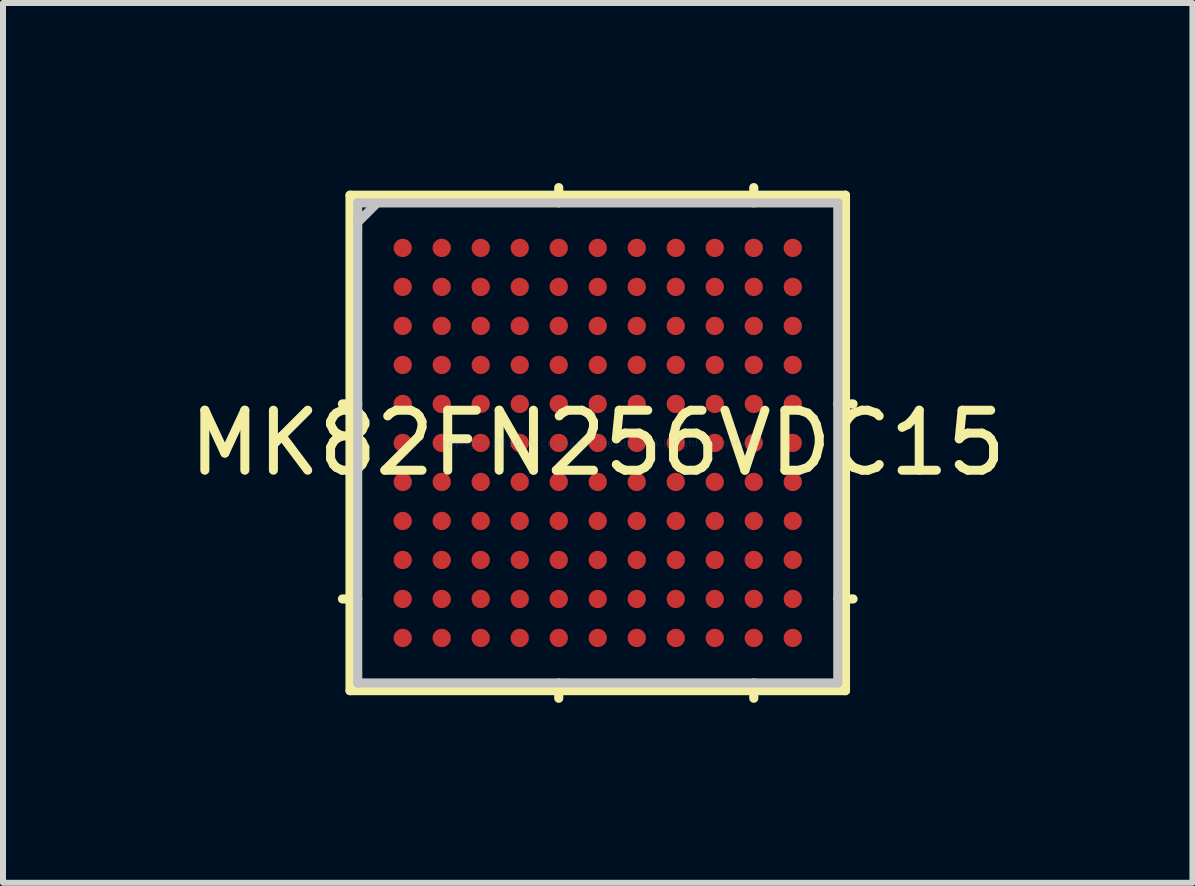
<source format=kicad_pcb>
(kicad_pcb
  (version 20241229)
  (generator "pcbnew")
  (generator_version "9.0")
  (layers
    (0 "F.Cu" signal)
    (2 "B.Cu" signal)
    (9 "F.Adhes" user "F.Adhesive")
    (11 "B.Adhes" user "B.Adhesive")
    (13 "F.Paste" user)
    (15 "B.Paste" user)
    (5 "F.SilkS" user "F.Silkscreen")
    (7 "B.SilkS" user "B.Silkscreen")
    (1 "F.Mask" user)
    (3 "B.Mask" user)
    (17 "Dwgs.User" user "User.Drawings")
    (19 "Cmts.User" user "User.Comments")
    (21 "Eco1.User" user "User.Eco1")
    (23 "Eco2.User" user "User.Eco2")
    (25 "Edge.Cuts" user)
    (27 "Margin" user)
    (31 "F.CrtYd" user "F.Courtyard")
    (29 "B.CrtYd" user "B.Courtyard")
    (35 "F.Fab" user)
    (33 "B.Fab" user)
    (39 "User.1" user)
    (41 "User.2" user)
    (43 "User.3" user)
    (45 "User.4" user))
  (footprint "MK82FN256VDC15"
    (layer "F.Cu")
    (at 6.911 4.331)
    (property "Reference" "MK82FN256VDC15" (at 0 0 0) (layer "F.SilkS") (effects (font (size 1 1) (thickness 0.15))))
    (attr through_hole)
    (fp_line (start -4.128 -4.128) (end -4.128 4.128) (stroke (width 0.152) (type solid)) (layer "F.SilkS"))
    (fp_line (start -4.128 4.128) (end 4.128 4.128) (stroke (width 0.152) (type solid)) (layer "F.SilkS"))
    (fp_line (start -4 -0.65) (end -4.255 -0.65) (stroke (width 0.152) (type solid)) (layer "F.SilkS"))
    (fp_line (start -4 2.6) (end -4.255 2.6) (stroke (width 0.152) (type solid)) (layer "F.SilkS"))
    (fp_line (start -0.65 -4) (end -0.65 -4.255) (stroke (width 0.152) (type solid)) (layer "F.SilkS"))
    (fp_line (start -0.65 4) (end -0.65 4.255) (stroke (width 0.152) (type solid)) (layer "F.SilkS"))
    (fp_line (start 2.6 -4) (end 2.6 -4.255) (stroke (width 0.152) (type solid)) (layer "F.SilkS"))
    (fp_line (start 2.6 4) (end 2.6 4.255) (stroke (width 0.152) (type solid)) (layer "F.SilkS"))
    (fp_line (start 4 -0.65) (end 4.255 -0.65) (stroke (width 0.152) (type solid)) (layer "F.SilkS"))
    (fp_line (start 4 2.6) (end 4.255 2.6) (stroke (width 0.152) (type solid)) (layer "F.SilkS"))
    (fp_line (start 4.128 -4.128) (end -4.128 -4.128) (stroke (width 0.152) (type solid)) (layer "F.SilkS"))
    (fp_line (start 4.128 4.128) (end 4.128 -4.128) (stroke (width 0.152) (type solid)) (layer "F.SilkS"))
    (fp_line (start -4 -4) (end -4 4) (stroke (width 0.152) (type solid)) (layer "Dwgs.User"))
    (fp_line (start -4 4) (end 4 4) (stroke (width 0.152) (type solid)) (layer "Dwgs.User"))
    (fp_line (start -3.675 -4) (end -4 -3.675) (stroke (width 0.152) (type solid)) (layer "Dwgs.User"))
    (fp_line (start 4 -4) (end -4 -4) (stroke (width 0.152) (type solid)) (layer "Dwgs.User"))
    (fp_line (start 4 4) (end 4 -4) (stroke (width 0.152) (type solid)) (layer "Dwgs.User"))
    (fp_text user "Copyright 2016 Accelerated Designs. All rights reserved." (at 0 0 0) (layer "Cmts.User") (effects (font (size 0.127 0.127) (thickness 0.002))))
    (pad "" smd circle (at -3.25 -3.25) (size 0.001 0.001) (layers "F.Mask"))
    (pad "" smd rect (at -3.25 -3.25) (size 0.001 0.001) (layers "F.Paste"))
    (pad "" smd circle (at -3.25 -2.6) (size 0.001 0.001) (layers "F.Mask"))
    (pad "" smd rect (at -3.25 -2.6) (size 0.001 0.001) (layers "F.Paste"))
    (pad "" smd circle (at -3.25 -1.95) (size 0.001 0.001) (layers "F.Mask"))
    (pad "" smd rect (at -3.25 -1.95) (size 0.001 0.001) (layers "F.Paste"))
    (pad "" smd circle (at -3.25 -1.3) (size 0.001 0.001) (layers "F.Mask"))
    (pad "" smd rect (at -3.25 -1.3) (size 0.001 0.001) (layers "F.Paste"))
    (pad "" smd circle (at -3.25 -0.65) (size 0.001 0.001) (layers "F.Mask"))
    (pad "" smd rect (at -3.25 -0.65) (size 0.001 0.001) (layers "F.Paste"))
    (pad "" smd circle (at -3.25 0) (size 0.001 0.001) (layers "F.Mask"))
    (pad "" smd rect (at -3.25 0) (size 0.001 0.001) (layers "F.Paste"))
    (pad "" smd circle (at -3.25 0.65) (size 0.001 0.001) (layers "F.Mask"))
    (pad "" smd rect (at -3.25 0.65) (size 0.001 0.001) (layers "F.Paste"))
    (pad "" smd circle (at -3.25 1.3) (size 0.001 0.001) (layers "F.Mask"))
    (pad "" smd rect (at -3.25 1.3) (size 0.001 0.001) (layers "F.Paste"))
    (pad "" smd circle (at -3.25 1.95) (size 0.001 0.001) (layers "F.Mask"))
    (pad "" smd rect (at -3.25 1.95) (size 0.001 0.001) (layers "F.Paste"))
    (pad "" smd circle (at -3.25 2.6) (size 0.001 0.001) (layers "F.Mask"))
    (pad "" smd rect (at -3.25 2.6) (size 0.001 0.001) (layers "F.Paste"))
    (pad "" smd circle (at -3.25 3.25) (size 0.001 0.001) (layers "F.Mask"))
    (pad "" smd rect (at -3.25 3.25) (size 0.001 0.001) (layers "F.Paste"))
    (pad "" smd circle (at -2.6 -3.25) (size 0.001 0.001) (layers "F.Mask"))
    (pad "" smd rect (at -2.6 -3.25) (size 0.001 0.001) (layers "F.Paste"))
    (pad "" smd circle (at -2.6 -2.6) (size 0.001 0.001) (layers "F.Mask"))
    (pad "" smd rect (at -2.6 -2.6) (size 0.001 0.001) (layers "F.Paste"))
    (pad "" smd circle (at -2.6 -1.95) (size 0.001 0.001) (layers "F.Mask"))
    (pad "" smd rect (at -2.6 -1.95) (size 0.001 0.001) (layers "F.Paste"))
    (pad "" smd circle (at -2.6 -1.3) (size 0.001 0.001) (layers "F.Mask"))
    (pad "" smd rect (at -2.6 -1.3) (size 0.001 0.001) (layers "F.Paste"))
    (pad "" smd circle (at -2.6 -0.65) (size 0.001 0.001) (layers "F.Mask"))
    (pad "" smd rect (at -2.6 -0.65) (size 0.001 0.001) (layers "F.Paste"))
    (pad "" smd circle (at -2.6 0) (size 0.001 0.001) (layers "F.Mask"))
    (pad "" smd rect (at -2.6 0) (size 0.001 0.001) (layers "F.Paste"))
    (pad "" smd circle (at -2.6 0.65) (size 0.001 0.001) (layers "F.Mask"))
    (pad "" smd rect (at -2.6 0.65) (size 0.001 0.001) (layers "F.Paste"))
    (pad "" smd circle (at -2.6 1.3) (size 0.001 0.001) (layers "F.Mask"))
    (pad "" smd rect (at -2.6 1.3) (size 0.001 0.001) (layers "F.Paste"))
    (pad "" smd circle (at -2.6 1.95) (size 0.001 0.001) (layers "F.Mask"))
    (pad "" smd rect (at -2.6 1.95) (size 0.001 0.001) (layers "F.Paste"))
    (pad "" smd circle (at -2.6 2.6) (size 0.001 0.001) (layers "F.Mask"))
    (pad "" smd rect (at -2.6 2.6) (size 0.001 0.001) (layers "F.Paste"))
    (pad "" smd circle (at -2.6 3.25) (size 0.001 0.001) (layers "F.Mask"))
    (pad "" smd rect (at -2.6 3.25) (size 0.001 0.001) (layers "F.Paste"))
    (pad "" smd circle (at -1.95 -3.25) (size 0.001 0.001) (layers "F.Mask"))
    (pad "" smd rect (at -1.95 -3.25) (size 0.001 0.001) (layers "F.Paste"))
    (pad "" smd circle (at -1.95 -2.6) (size 0.001 0.001) (layers "F.Mask"))
    (pad "" smd rect (at -1.95 -2.6) (size 0.001 0.001) (layers "F.Paste"))
    (pad "" smd circle (at -1.95 -1.95) (size 0.001 0.001) (layers "F.Mask"))
    (pad "" smd rect (at -1.95 -1.95) (size 0.001 0.001) (layers "F.Paste"))
    (pad "" smd circle (at -1.95 -1.3) (size 0.001 0.001) (layers "F.Mask"))
    (pad "" smd rect (at -1.95 -1.3) (size 0.001 0.001) (layers "F.Paste"))
    (pad "" smd circle (at -1.95 -0.65) (size 0.001 0.001) (layers "F.Mask"))
    (pad "" smd rect (at -1.95 -0.65) (size 0.001 0.001) (layers "F.Paste"))
    (pad "" smd circle (at -1.95 0) (size 0.001 0.001) (layers "F.Mask"))
    (pad "" smd rect (at -1.95 0) (size 0.001 0.001) (layers "F.Paste"))
    (pad "" smd circle (at -1.95 0.65) (size 0.001 0.001) (layers "F.Mask"))
    (pad "" smd rect (at -1.95 0.65) (size 0.001 0.001) (layers "F.Paste"))
    (pad "" smd circle (at -1.95 1.3) (size 0.001 0.001) (layers "F.Mask"))
    (pad "" smd rect (at -1.95 1.3) (size 0.001 0.001) (layers "F.Paste"))
    (pad "" smd circle (at -1.95 1.95) (size 0.001 0.001) (layers "F.Mask"))
    (pad "" smd rect (at -1.95 1.95) (size 0.001 0.001) (layers "F.Paste"))
    (pad "" smd circle (at -1.95 2.6) (size 0.001 0.001) (layers "F.Mask"))
    (pad "" smd rect (at -1.95 2.6) (size 0.001 0.001) (layers "F.Paste"))
    (pad "" smd circle (at -1.95 3.25) (size 0.001 0.001) (layers "F.Mask"))
    (pad "" smd rect (at -1.95 3.25) (size 0.001 0.001) (layers "F.Paste"))
    (pad "" smd circle (at -1.3 -3.25) (size 0.001 0.001) (layers "F.Mask"))
    (pad "" smd rect (at -1.3 -3.25) (size 0.001 0.001) (layers "F.Paste"))
    (pad "" smd circle (at -1.3 -2.6) (size 0.001 0.001) (layers "F.Mask"))
    (pad "" smd rect (at -1.3 -2.6) (size 0.001 0.001) (layers "F.Paste"))
    (pad "" smd circle (at -1.3 -1.95) (size 0.001 0.001) (layers "F.Mask"))
    (pad "" smd rect (at -1.3 -1.95) (size 0.001 0.001) (layers "F.Paste"))
    (pad "" smd circle (at -1.3 -1.3) (size 0.001 0.001) (layers "F.Mask"))
    (pad "" smd rect (at -1.3 -1.3) (size 0.001 0.001) (layers "F.Paste"))
    (pad "" smd circle (at -1.3 -0.65) (size 0.001 0.001) (layers "F.Mask"))
    (pad "" smd rect (at -1.3 -0.65) (size 0.001 0.001) (layers "F.Paste"))
    (pad "" smd circle (at -1.3 0) (size 0.001 0.001) (layers "F.Mask"))
    (pad "" smd rect (at -1.3 0) (size 0.001 0.001) (layers "F.Paste"))
    (pad "" smd circle (at -1.3 0.65) (size 0.001 0.001) (layers "F.Mask"))
    (pad "" smd rect (at -1.3 0.65) (size 0.001 0.001) (layers "F.Paste"))
    (pad "" smd circle (at -1.3 1.3) (size 0.001 0.001) (layers "F.Mask"))
    (pad "" smd rect (at -1.3 1.3) (size 0.001 0.001) (layers "F.Paste"))
    (pad "" smd circle (at -1.3 1.95) (size 0.001 0.001) (layers "F.Mask"))
    (pad "" smd rect (at -1.3 1.95) (size 0.001 0.001) (layers "F.Paste"))
    (pad "" smd circle (at -1.3 2.6) (size 0.001 0.001) (layers "F.Mask"))
    (pad "" smd rect (at -1.3 2.6) (size 0.001 0.001) (layers "F.Paste"))
    (pad "" smd circle (at -1.3 3.25) (size 0.001 0.001) (layers "F.Mask"))
    (pad "" smd rect (at -1.3 3.25) (size 0.001 0.001) (layers "F.Paste"))
    (pad "" smd circle (at -0.65 -3.25) (size 0.001 0.001) (layers "F.Mask"))
    (pad "" smd rect (at -0.65 -3.25) (size 0.001 0.001) (layers "F.Paste"))
    (pad "" smd circle (at -0.65 -2.6) (size 0.001 0.001) (layers "F.Mask"))
    (pad "" smd rect (at -0.65 -2.6) (size 0.001 0.001) (layers "F.Paste"))
    (pad "" smd circle (at -0.65 -1.95) (size 0.001 0.001) (layers "F.Mask"))
    (pad "" smd rect (at -0.65 -1.95) (size 0.001 0.001) (layers "F.Paste"))
    (pad "" smd circle (at -0.65 -1.3) (size 0.001 0.001) (layers "F.Mask"))
    (pad "" smd rect (at -0.65 -1.3) (size 0.001 0.001) (layers "F.Paste"))
    (pad "" smd circle (at -0.65 -0.65) (size 0.001 0.001) (layers "F.Mask"))
    (pad "" smd rect (at -0.65 -0.65) (size 0.001 0.001) (layers "F.Paste"))
    (pad "" smd circle (at -0.65 0) (size 0.001 0.001) (layers "F.Mask"))
    (pad "" smd rect (at -0.65 0) (size 0.001 0.001) (layers "F.Paste"))
    (pad "" smd circle (at -0.65 0.65) (size 0.001 0.001) (layers "F.Mask"))
    (pad "" smd rect (at -0.65 0.65) (size 0.001 0.001) (layers "F.Paste"))
    (pad "" smd circle (at -0.65 1.3) (size 0.001 0.001) (layers "F.Mask"))
    (pad "" smd rect (at -0.65 1.3) (size 0.001 0.001) (layers "F.Paste"))
    (pad "" smd circle (at -0.65 1.95) (size 0.001 0.001) (layers "F.Mask"))
    (pad "" smd rect (at -0.65 1.95) (size 0.001 0.001) (layers "F.Paste"))
    (pad "" smd circle (at -0.65 2.6) (size 0.001 0.001) (layers "F.Mask"))
    (pad "" smd rect (at -0.65 2.6) (size 0.001 0.001) (layers "F.Paste"))
    (pad "" smd circle (at -0.65 3.25) (size 0.001 0.001) (layers "F.Mask"))
    (pad "" smd rect (at -0.65 3.25) (size 0.001 0.001) (layers "F.Paste"))
    (pad "" smd circle (at 0 -3.25) (size 0.001 0.001) (layers "F.Mask"))
    (pad "" smd rect (at 0 -3.25) (size 0.001 0.001) (layers "F.Paste"))
    (pad "" smd circle (at 0 -2.6) (size 0.001 0.001) (layers "F.Mask"))
    (pad "" smd rect (at 0 -2.6) (size 0.001 0.001) (layers "F.Paste"))
    (pad "" smd circle (at 0 -1.95) (size 0.001 0.001) (layers "F.Mask"))
    (pad "" smd rect (at 0 -1.95) (size 0.001 0.001) (layers "F.Paste"))
    (pad "" smd circle (at 0 -1.3) (size 0.001 0.001) (layers "F.Mask"))
    (pad "" smd rect (at 0 -1.3) (size 0.001 0.001) (layers "F.Paste"))
    (pad "" smd circle (at 0 -0.65) (size 0.001 0.001) (layers "F.Mask"))
    (pad "" smd rect (at 0 -0.65) (size 0.001 0.001) (layers "F.Paste"))
    (pad "" smd circle (at 0 0) (size 0.001 0.001) (layers "F.Mask"))
    (pad "" smd rect (at 0 0) (size 0.001 0.001) (layers "F.Paste"))
    (pad "" smd circle (at 0 0.65) (size 0.001 0.001) (layers "F.Mask"))
    (pad "" smd rect (at 0 0.65) (size 0.001 0.001) (layers "F.Paste"))
    (pad "" smd circle (at 0 1.3) (size 0.001 0.001) (layers "F.Mask"))
    (pad "" smd rect (at 0 1.3) (size 0.001 0.001) (layers "F.Paste"))
    (pad "" smd circle (at 0 1.95) (size 0.001 0.001) (layers "F.Mask"))
    (pad "" smd rect (at 0 1.95) (size 0.001 0.001) (layers "F.Paste"))
    (pad "" smd circle (at 0 2.6) (size 0.001 0.001) (layers "F.Mask"))
    (pad "" smd rect (at 0 2.6) (size 0.001 0.001) (layers "F.Paste"))
    (pad "" smd circle (at 0 3.25) (size 0.001 0.001) (layers "F.Mask"))
    (pad "" smd rect (at 0 3.25) (size 0.001 0.001) (layers "F.Paste"))
    (pad "" smd circle (at 0.65 -3.25) (size 0.001 0.001) (layers "F.Mask"))
    (pad "" smd rect (at 0.65 -3.25) (size 0.001 0.001) (layers "F.Paste"))
    (pad "" smd circle (at 0.65 -2.6) (size 0.001 0.001) (layers "F.Mask"))
    (pad "" smd rect (at 0.65 -2.6) (size 0.001 0.001) (layers "F.Paste"))
    (pad "" smd circle (at 0.65 -1.95) (size 0.001 0.001) (layers "F.Mask"))
    (pad "" smd rect (at 0.65 -1.95) (size 0.001 0.001) (layers "F.Paste"))
    (pad "" smd circle (at 0.65 -1.3) (size 0.001 0.001) (layers "F.Mask"))
    (pad "" smd rect (at 0.65 -1.3) (size 0.001 0.001) (layers "F.Paste"))
    (pad "" smd circle (at 0.65 -0.65) (size 0.001 0.001) (layers "F.Mask"))
    (pad "" smd rect (at 0.65 -0.65) (size 0.001 0.001) (layers "F.Paste"))
    (pad "" smd circle (at 0.65 0) (size 0.001 0.001) (layers "F.Mask"))
    (pad "" smd rect (at 0.65 0) (size 0.001 0.001) (layers "F.Paste"))
    (pad "" smd circle (at 0.65 0.65) (size 0.001 0.001) (layers "F.Mask"))
    (pad "" smd rect (at 0.65 0.65) (size 0.001 0.001) (layers "F.Paste"))
    (pad "" smd circle (at 0.65 1.3) (size 0.001 0.001) (layers "F.Mask"))
    (pad "" smd rect (at 0.65 1.3) (size 0.001 0.001) (layers "F.Paste"))
    (pad "" smd circle (at 0.65 1.95) (size 0.001 0.001) (layers "F.Mask"))
    (pad "" smd rect (at 0.65 1.95) (size 0.001 0.001) (layers "F.Paste"))
    (pad "" smd circle (at 0.65 2.6) (size 0.001 0.001) (layers "F.Mask"))
    (pad "" smd rect (at 0.65 2.6) (size 0.001 0.001) (layers "F.Paste"))
    (pad "" smd circle (at 0.65 3.25) (size 0.001 0.001) (layers "F.Mask"))
    (pad "" smd rect (at 0.65 3.25) (size 0.001 0.001) (layers "F.Paste"))
    (pad "" smd circle (at 1.3 -3.25) (size 0.001 0.001) (layers "F.Mask"))
    (pad "" smd rect (at 1.3 -3.25) (size 0.001 0.001) (layers "F.Paste"))
    (pad "" smd circle (at 1.3 -2.6) (size 0.001 0.001) (layers "F.Mask"))
    (pad "" smd rect (at 1.3 -2.6) (size 0.001 0.001) (layers "F.Paste"))
    (pad "" smd circle (at 1.3 -1.95) (size 0.001 0.001) (layers "F.Mask"))
    (pad "" smd rect (at 1.3 -1.95) (size 0.001 0.001) (layers "F.Paste"))
    (pad "" smd circle (at 1.3 -1.3) (size 0.001 0.001) (layers "F.Mask"))
    (pad "" smd rect (at 1.3 -1.3) (size 0.001 0.001) (layers "F.Paste"))
    (pad "" smd circle (at 1.3 -0.65) (size 0.001 0.001) (layers "F.Mask"))
    (pad "" smd rect (at 1.3 -0.65) (size 0.001 0.001) (layers "F.Paste"))
    (pad "" smd circle (at 1.3 0) (size 0.001 0.001) (layers "F.Mask"))
    (pad "" smd rect (at 1.3 0) (size 0.001 0.001) (layers "F.Paste"))
    (pad "" smd circle (at 1.3 0.65) (size 0.001 0.001) (layers "F.Mask"))
    (pad "" smd rect (at 1.3 0.65) (size 0.001 0.001) (layers "F.Paste"))
    (pad "" smd circle (at 1.3 1.3) (size 0.001 0.001) (layers "F.Mask"))
    (pad "" smd rect (at 1.3 1.3) (size 0.001 0.001) (layers "F.Paste"))
    (pad "" smd circle (at 1.3 1.95) (size 0.001 0.001) (layers "F.Mask"))
    (pad "" smd rect (at 1.3 1.95) (size 0.001 0.001) (layers "F.Paste"))
    (pad "" smd circle (at 1.3 2.6) (size 0.001 0.001) (layers "F.Mask"))
    (pad "" smd rect (at 1.3 2.6) (size 0.001 0.001) (layers "F.Paste"))
    (pad "" smd circle (at 1.3 3.25) (size 0.001 0.001) (layers "F.Mask"))
    (pad "" smd rect (at 1.3 3.25) (size 0.001 0.001) (layers "F.Paste"))
    (pad "" smd circle (at 1.95 -3.25) (size 0.001 0.001) (layers "F.Mask"))
    (pad "" smd rect (at 1.95 -3.25) (size 0.001 0.001) (layers "F.Paste"))
    (pad "" smd circle (at 1.95 -2.6) (size 0.001 0.001) (layers "F.Mask"))
    (pad "" smd rect (at 1.95 -2.6) (size 0.001 0.001) (layers "F.Paste"))
    (pad "" smd circle (at 1.95 -1.95) (size 0.001 0.001) (layers "F.Mask"))
    (pad "" smd rect (at 1.95 -1.95) (size 0.001 0.001) (layers "F.Paste"))
    (pad "" smd circle (at 1.95 -1.3) (size 0.001 0.001) (layers "F.Mask"))
    (pad "" smd rect (at 1.95 -1.3) (size 0.001 0.001) (layers "F.Paste"))
    (pad "" smd circle (at 1.95 -0.65) (size 0.001 0.001) (layers "F.Mask"))
    (pad "" smd rect (at 1.95 -0.65) (size 0.001 0.001) (layers "F.Paste"))
    (pad "" smd circle (at 1.95 0) (size 0.001 0.001) (layers "F.Mask"))
    (pad "" smd rect (at 1.95 0) (size 0.001 0.001) (layers "F.Paste"))
    (pad "" smd circle (at 1.95 0.65) (size 0.001 0.001) (layers "F.Mask"))
    (pad "" smd rect (at 1.95 0.65) (size 0.001 0.001) (layers "F.Paste"))
    (pad "" smd circle (at 1.95 1.3) (size 0.001 0.001) (layers "F.Mask"))
    (pad "" smd rect (at 1.95 1.3) (size 0.001 0.001) (layers "F.Paste"))
    (pad "" smd circle (at 1.95 1.95) (size 0.001 0.001) (layers "F.Mask"))
    (pad "" smd rect (at 1.95 1.95) (size 0.001 0.001) (layers "F.Paste"))
    (pad "" smd circle (at 1.95 2.6) (size 0.001 0.001) (layers "F.Mask"))
    (pad "" smd rect (at 1.95 2.6) (size 0.001 0.001) (layers "F.Paste"))
    (pad "" smd circle (at 1.95 3.25) (size 0.001 0.001) (layers "F.Mask"))
    (pad "" smd rect (at 1.95 3.25) (size 0.001 0.001) (layers "F.Paste"))
    (pad "" smd circle (at 2.6 -3.25) (size 0.001 0.001) (layers "F.Mask"))
    (pad "" smd rect (at 2.6 -3.25) (size 0.001 0.001) (layers "F.Paste"))
    (pad "" smd circle (at 2.6 -2.6) (size 0.001 0.001) (layers "F.Mask"))
    (pad "" smd rect (at 2.6 -2.6) (size 0.001 0.001) (layers "F.Paste"))
    (pad "" smd circle (at 2.6 -1.95) (size 0.001 0.001) (layers "F.Mask"))
    (pad "" smd rect (at 2.6 -1.95) (size 0.001 0.001) (layers "F.Paste"))
    (pad "" smd circle (at 2.6 -1.3) (size 0.001 0.001) (layers "F.Mask"))
    (pad "" smd rect (at 2.6 -1.3) (size 0.001 0.001) (layers "F.Paste"))
    (pad "" smd circle (at 2.6 -0.65) (size 0.001 0.001) (layers "F.Mask"))
    (pad "" smd rect (at 2.6 -0.65) (size 0.001 0.001) (layers "F.Paste"))
    (pad "" smd circle (at 2.6 0) (size 0.001 0.001) (layers "F.Mask"))
    (pad "" smd rect (at 2.6 0) (size 0.001 0.001) (layers "F.Paste"))
    (pad "" smd circle (at 2.6 0.65) (size 0.001 0.001) (layers "F.Mask"))
    (pad "" smd rect (at 2.6 0.65) (size 0.001 0.001) (layers "F.Paste"))
    (pad "" smd circle (at 2.6 1.3) (size 0.001 0.001) (layers "F.Mask"))
    (pad "" smd rect (at 2.6 1.3) (size 0.001 0.001) (layers "F.Paste"))
    (pad "" smd circle (at 2.6 1.95) (size 0.001 0.001) (layers "F.Mask"))
    (pad "" smd rect (at 2.6 1.95) (size 0.001 0.001) (layers "F.Paste"))
    (pad "" smd circle (at 2.6 2.6) (size 0.001 0.001) (layers "F.Mask"))
    (pad "" smd rect (at 2.6 2.6) (size 0.001 0.001) (layers "F.Paste"))
    (pad "" smd circle (at 2.6 3.25) (size 0.001 0.001) (layers "F.Mask"))
    (pad "" smd rect (at 2.6 3.25) (size 0.001 0.001) (layers "F.Paste"))
    (pad "" smd circle (at 3.25 -3.25) (size 0.001 0.001) (layers "F.Mask"))
    (pad "" smd rect (at 3.25 -3.25) (size 0.001 0.001) (layers "F.Paste"))
    (pad "" smd circle (at 3.25 -2.6) (size 0.001 0.001) (layers "F.Mask"))
    (pad "" smd rect (at 3.25 -2.6) (size 0.001 0.001) (layers "F.Paste"))
    (pad "" smd circle (at 3.25 -1.95) (size 0.001 0.001) (layers "F.Mask"))
    (pad "" smd rect (at 3.25 -1.95) (size 0.001 0.001) (layers "F.Paste"))
    (pad "" smd circle (at 3.25 -1.3) (size 0.001 0.001) (layers "F.Mask"))
    (pad "" smd rect (at 3.25 -1.3) (size 0.001 0.001) (layers "F.Paste"))
    (pad "" smd circle (at 3.25 -0.65) (size 0.001 0.001) (layers "F.Mask"))
    (pad "" smd rect (at 3.25 -0.65) (size 0.001 0.001) (layers "F.Paste"))
    (pad "" smd circle (at 3.25 0) (size 0.001 0.001) (layers "F.Mask"))
    (pad "" smd rect (at 3.25 0) (size 0.001 0.001) (layers "F.Paste"))
    (pad "" smd circle (at 3.25 0.65) (size 0.001 0.001) (layers "F.Mask"))
    (pad "" smd rect (at 3.25 0.65) (size 0.001 0.001) (layers "F.Paste"))
    (pad "" smd circle (at 3.25 1.3) (size 0.001 0.001) (layers "F.Mask"))
    (pad "" smd rect (at 3.25 1.3) (size 0.001 0.001) (layers "F.Paste"))
    (pad "" smd circle (at 3.25 1.95) (size 0.001 0.001) (layers "F.Mask"))
    (pad "" smd rect (at 3.25 1.95) (size 0.001 0.001) (layers "F.Paste"))
    (pad "" smd circle (at 3.25 2.6) (size 0.001 0.001) (layers "F.Mask"))
    (pad "" smd rect (at 3.25 2.6) (size 0.001 0.001) (layers "F.Paste"))
    (pad "" smd circle (at 3.25 3.25) (size 0.001 0.001) (layers "F.Mask"))
    (pad "" smd rect (at 3.25 3.25) (size 0.001 0.001) (layers "F.Paste"))
    (pad "A1" smd circle (at -3.25 -3.25) (size 0.305 0.305) (layers "F.Cu"))
    (pad "A2" smd circle (at -2.6 -3.25) (size 0.305 0.305) (layers "F.Cu"))
    (pad "A3" smd circle (at -1.95 -3.25) (size 0.305 0.305) (layers "F.Cu"))
    (pad "A4" smd circle (at -1.3 -3.25) (size 0.305 0.305) (layers "F.Cu"))
    (pad "A5" smd circle (at -0.65 -3.25) (size 0.305 0.305) (layers "F.Cu"))
    (pad "A6" smd circle (at 0 -3.25) (size 0.305 0.305) (layers "F.Cu"))
    (pad "A7" smd circle (at 0.65 -3.25) (size 0.305 0.305) (layers "F.Cu"))
    (pad "A8" smd circle (at 1.3 -3.25) (size 0.305 0.305) (layers "F.Cu"))
    (pad "A9" smd circle (at 1.95 -3.25) (size 0.305 0.305) (layers "F.Cu"))
    (pad "A10" smd circle (at 2.6 -3.25) (size 0.305 0.305) (layers "F.Cu"))
    (pad "A11" smd circle (at 3.25 -3.25) (size 0.305 0.305) (layers "F.Cu"))
    (pad "B1" smd circle (at -3.25 -2.6) (size 0.305 0.305) (layers "F.Cu"))
    (pad "B2" smd circle (at -2.6 -2.6) (size 0.305 0.305) (layers "F.Cu"))
    (pad "B3" smd circle (at -1.95 -2.6) (size 0.305 0.305) (layers "F.Cu"))
    (pad "B4" smd circle (at -1.3 -2.6) (size 0.305 0.305) (layers "F.Cu"))
    (pad "B5" smd circle (at -0.65 -2.6) (size 0.305 0.305) (layers "F.Cu"))
    (pad "B6" smd circle (at 0 -2.6) (size 0.305 0.305) (layers "F.Cu"))
    (pad "B7" smd circle (at 0.65 -2.6) (size 0.305 0.305) (layers "F.Cu"))
    (pad "B8" smd circle (at 1.3 -2.6) (size 0.305 0.305) (layers "F.Cu"))
    (pad "B9" smd circle (at 1.95 -2.6) (size 0.305 0.305) (layers "F.Cu"))
    (pad "B10" smd circle (at 2.6 -2.6) (size 0.305 0.305) (layers "F.Cu"))
    (pad "B11" smd circle (at 3.25 -2.6) (size 0.305 0.305) (layers "F.Cu"))
    (pad "C1" smd circle (at -3.25 -1.95) (size 0.305 0.305) (layers "F.Cu"))
    (pad "C2" smd circle (at -2.6 -1.95) (size 0.305 0.305) (layers "F.Cu"))
    (pad "C3" smd circle (at -1.95 -1.95) (size 0.305 0.305) (layers "F.Cu"))
    (pad "C4" smd circle (at -1.3 -1.95) (size 0.305 0.305) (layers "F.Cu"))
    (pad "C5" smd circle (at -0.65 -1.95) (size 0.305 0.305) (layers "F.Cu"))
    (pad "C6" smd circle (at 0 -1.95) (size 0.305 0.305) (layers "F.Cu"))
    (pad "C7" smd circle (at 0.65 -1.95) (size 0.305 0.305) (layers "F.Cu"))
    (pad "C8" smd circle (at 1.3 -1.95) (size 0.305 0.305) (layers "F.Cu"))
    (pad "C9" smd circle (at 1.95 -1.95) (size 0.305 0.305) (layers "F.Cu"))
    (pad "C10" smd circle (at 2.6 -1.95) (size 0.305 0.305) (layers "F.Cu"))
    (pad "C11" smd circle (at 3.25 -1.95) (size 0.305 0.305) (layers "F.Cu"))
    (pad "D1" smd circle (at -3.25 -1.3) (size 0.305 0.305) (layers "F.Cu"))
    (pad "D2" smd circle (at -2.6 -1.3) (size 0.305 0.305) (layers "F.Cu"))
    (pad "D3" smd circle (at -1.95 -1.3) (size 0.305 0.305) (layers "F.Cu"))
    (pad "D4" smd circle (at -1.3 -1.3) (size 0.305 0.305) (layers "F.Cu"))
    (pad "D5" smd circle (at -0.65 -1.3) (size 0.305 0.305) (layers "F.Cu"))
    (pad "D6" smd circle (at 0 -1.3) (size 0.305 0.305) (layers "F.Cu"))
    (pad "D7" smd circle (at 0.65 -1.3) (size 0.305 0.305) (layers "F.Cu"))
    (pad "D8" smd circle (at 1.3 -1.3) (size 0.305 0.305) (layers "F.Cu"))
    (pad "D9" smd circle (at 1.95 -1.3) (size 0.305 0.305) (layers "F.Cu"))
    (pad "D10" smd circle (at 2.6 -1.3) (size 0.305 0.305) (layers "F.Cu"))
    (pad "D11" smd circle (at 3.25 -1.3) (size 0.305 0.305) (layers "F.Cu"))
    (pad "E1" smd circle (at -3.25 -0.65) (size 0.305 0.305) (layers "F.Cu"))
    (pad "E2" smd circle (at -2.6 -0.65) (size 0.305 0.305) (layers "F.Cu"))
    (pad "E3" smd circle (at -1.95 -0.65) (size 0.305 0.305) (layers "F.Cu"))
    (pad "E4" smd circle (at -1.3 -0.65) (size 0.305 0.305) (layers "F.Cu"))
    (pad "E5" smd circle (at -0.65 -0.65) (size 0.305 0.305) (layers "F.Cu"))
    (pad "E6" smd circle (at 0 -0.65) (size 0.305 0.305) (layers "F.Cu"))
    (pad "E7" smd circle (at 0.65 -0.65) (size 0.305 0.305) (layers "F.Cu"))
    (pad "E8" smd circle (at 1.3 -0.65) (size 0.305 0.305) (layers "F.Cu"))
    (pad "E9" smd circle (at 1.95 -0.65) (size 0.305 0.305) (layers "F.Cu"))
    (pad "E10" smd circle (at 2.6 -0.65) (size 0.305 0.305) (layers "F.Cu"))
    (pad "E11" smd circle (at 3.25 -0.65) (size 0.305 0.305) (layers "F.Cu"))
    (pad "F1" smd circle (at -3.25 0) (size 0.305 0.305) (layers "F.Cu"))
    (pad "F2" smd circle (at -2.6 0) (size 0.305 0.305) (layers "F.Cu"))
    (pad "F3" smd circle (at -1.95 0) (size 0.305 0.305) (layers "F.Cu"))
    (pad "F4" smd circle (at -1.3 0) (size 0.305 0.305) (layers "F.Cu"))
    (pad "F5" smd circle (at -0.65 0) (size 0.305 0.305) (layers "F.Cu"))
    (pad "F6" smd circle (at 0 0) (size 0.305 0.305) (layers "F.Cu"))
    (pad "F7" smd circle (at 0.65 0) (size 0.305 0.305) (layers "F.Cu"))
    (pad "F8" smd circle (at 1.3 0) (size 0.305 0.305) (layers "F.Cu"))
    (pad "F9" smd circle (at 1.95 0) (size 0.305 0.305) (layers "F.Cu"))
    (pad "F10" smd circle (at 2.6 0) (size 0.305 0.305) (layers "F.Cu"))
    (pad "F11" smd circle (at 3.25 0) (size 0.305 0.305) (layers "F.Cu"))
    (pad "G1" smd circle (at -3.25 0.65) (size 0.305 0.305) (layers "F.Cu"))
    (pad "G2" smd circle (at -2.6 0.65) (size 0.305 0.305) (layers "F.Cu"))
    (pad "G3" smd circle (at -1.95 0.65) (size 0.305 0.305) (layers "F.Cu"))
    (pad "G4" smd circle (at -1.3 0.65) (size 0.305 0.305) (layers "F.Cu"))
    (pad "G5" smd circle (at -0.65 0.65) (size 0.305 0.305) (layers "F.Cu"))
    (pad "G6" smd circle (at 0 0.65) (size 0.305 0.305) (layers "F.Cu"))
    (pad "G7" smd circle (at 0.65 0.65) (size 0.305 0.305) (layers "F.Cu"))
    (pad "G8" smd circle (at 1.3 0.65) (size 0.305 0.305) (layers "F.Cu"))
    (pad "G9" smd circle (at 1.95 0.65) (size 0.305 0.305) (layers "F.Cu"))
    (pad "G10" smd circle (at 2.6 0.65) (size 0.305 0.305) (layers "F.Cu"))
    (pad "G11" smd circle (at 3.25 0.65) (size 0.305 0.305) (layers "F.Cu"))
    (pad "H1" smd circle (at -3.25 1.3) (size 0.305 0.305) (layers "F.Cu"))
    (pad "H2" smd circle (at -2.6 1.3) (size 0.305 0.305) (layers "F.Cu"))
    (pad "H3" smd circle (at -1.95 1.3) (size 0.305 0.305) (layers "F.Cu"))
    (pad "H4" smd circle (at -1.3 1.3) (size 0.305 0.305) (layers "F.Cu"))
    (pad "H5" smd circle (at -0.65 1.3) (size 0.305 0.305) (layers "F.Cu"))
    (pad "H6" smd circle (at 0 1.3) (size 0.305 0.305) (layers "F.Cu"))
    (pad "H7" smd circle (at 0.65 1.3) (size 0.305 0.305) (layers "F.Cu"))
    (pad "H8" smd circle (at 1.3 1.3) (size 0.305 0.305) (layers "F.Cu"))
    (pad "H9" smd circle (at 1.95 1.3) (size 0.305 0.305) (layers "F.Cu"))
    (pad "H10" smd circle (at 2.6 1.3) (size 0.305 0.305) (layers "F.Cu"))
    (pad "H11" smd circle (at 3.25 1.3) (size 0.305 0.305) (layers "F.Cu"))
    (pad "J1" smd circle (at -3.25 1.95) (size 0.305 0.305) (layers "F.Cu"))
    (pad "J2" smd circle (at -2.6 1.95) (size 0.305 0.305) (layers "F.Cu"))
    (pad "J3" smd circle (at -1.95 1.95) (size 0.305 0.305) (layers "F.Cu"))
    (pad "J4" smd circle (at -1.3 1.95) (size 0.305 0.305) (layers "F.Cu"))
    (pad "J5" smd circle (at -0.65 1.95) (size 0.305 0.305) (layers "F.Cu"))
    (pad "J6" smd circle (at 0 1.95) (size 0.305 0.305) (layers "F.Cu"))
    (pad "J7" smd circle (at 0.65 1.95) (size 0.305 0.305) (layers "F.Cu"))
    (pad "J8" smd circle (at 1.3 1.95) (size 0.305 0.305) (layers "F.Cu"))
    (pad "J9" smd circle (at 1.95 1.95) (size 0.305 0.305) (layers "F.Cu"))
    (pad "J10" smd circle (at 2.6 1.95) (size 0.305 0.305) (layers "F.Cu"))
    (pad "J11" smd circle (at 3.25 1.95) (size 0.305 0.305) (layers "F.Cu"))
    (pad "K1" smd circle (at -3.25 2.6) (size 0.305 0.305) (layers "F.Cu"))
    (pad "K2" smd circle (at -2.6 2.6) (size 0.305 0.305) (layers "F.Cu"))
    (pad "K3" smd circle (at -1.95 2.6) (size 0.305 0.305) (layers "F.Cu"))
    (pad "K4" smd circle (at -1.3 2.6) (size 0.305 0.305) (layers "F.Cu"))
    (pad "K5" smd circle (at -0.65 2.6) (size 0.305 0.305) (layers "F.Cu"))
    (pad "K6" smd circle (at 0 2.6) (size 0.305 0.305) (layers "F.Cu"))
    (pad "K7" smd circle (at 0.65 2.6) (size 0.305 0.305) (layers "F.Cu"))
    (pad "K8" smd circle (at 1.3 2.6) (size 0.305 0.305) (layers "F.Cu"))
    (pad "K9" smd circle (at 1.95 2.6) (size 0.305 0.305) (layers "F.Cu"))
    (pad "K10" smd circle (at 2.6 2.6) (size 0.305 0.305) (layers "F.Cu"))
    (pad "K11" smd circle (at 3.25 2.6) (size 0.305 0.305) (layers "F.Cu"))
    (pad "L1" smd circle (at -3.25 3.25) (size 0.305 0.305) (layers "F.Cu"))
    (pad "L2" smd circle (at -2.6 3.25) (size 0.305 0.305) (layers "F.Cu"))
    (pad "L3" smd circle (at -1.95 3.25) (size 0.305 0.305) (layers "F.Cu"))
    (pad "L4" smd circle (at -1.3 3.25) (size 0.305 0.305) (layers "F.Cu"))
    (pad "L5" smd circle (at -0.65 3.25) (size 0.305 0.305) (layers "F.Cu"))
    (pad "L6" smd circle (at 0 3.25) (size 0.305 0.305) (layers "F.Cu"))
    (pad "L7" smd circle (at 0.65 3.25) (size 0.305 0.305) (layers "F.Cu"))
    (pad "L8" smd circle (at 1.3 3.25) (size 0.305 0.305) (layers "F.Cu"))
    (pad "L9" smd circle (at 1.95 3.25) (size 0.305 0.305) (layers "F.Cu"))
    (pad "L10" smd circle (at 2.6 3.25) (size 0.305 0.305) (layers "F.Cu"))
    (pad "L11" smd circle (at 3.25 3.25) (size 0.305 0.305) (layers "F.Cu")))
  (gr_rect
    (start -3 -3)
    (end 16.821 11.661)
    (stroke (width 0.1) (type default))
    (fill no)
    (layer "Edge.Cuts")))
</source>
